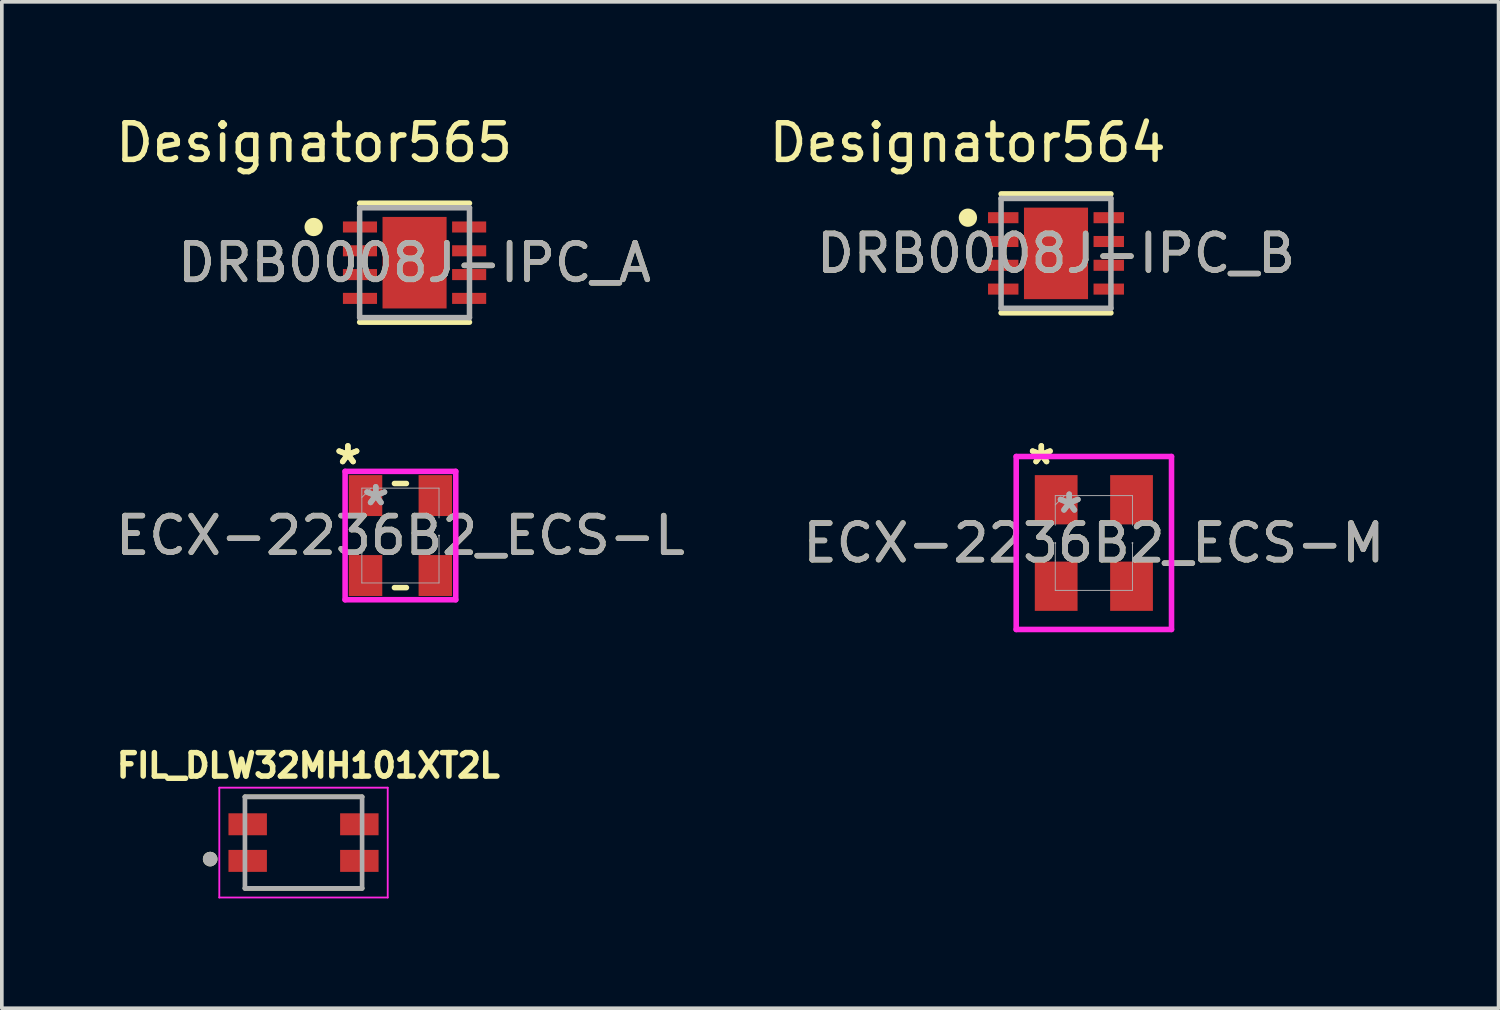
<source format=kicad_pcb>
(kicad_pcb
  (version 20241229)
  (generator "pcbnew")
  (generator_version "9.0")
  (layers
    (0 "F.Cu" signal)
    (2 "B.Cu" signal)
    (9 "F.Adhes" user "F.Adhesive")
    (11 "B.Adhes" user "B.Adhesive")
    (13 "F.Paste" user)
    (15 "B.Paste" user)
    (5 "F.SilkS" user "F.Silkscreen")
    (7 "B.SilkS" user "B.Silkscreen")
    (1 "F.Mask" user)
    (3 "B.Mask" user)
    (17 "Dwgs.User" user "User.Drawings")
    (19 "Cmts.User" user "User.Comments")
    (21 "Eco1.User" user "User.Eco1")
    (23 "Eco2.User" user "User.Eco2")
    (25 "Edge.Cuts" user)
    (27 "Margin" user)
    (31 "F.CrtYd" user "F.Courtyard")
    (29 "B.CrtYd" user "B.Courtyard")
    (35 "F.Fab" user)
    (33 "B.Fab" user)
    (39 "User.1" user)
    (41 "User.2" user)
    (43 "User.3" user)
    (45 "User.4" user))
  (footprint "FIL_DLW32MH101XT2L"
    (layer "F.Cu")
    (at 5.24 19.964)
    (property "Reference" "FIL_DLW32MH101XT2L" (at 0.132 -2.106 0) (layer "F.SilkS") (effects (font (size 0.64 0.64) (thickness 0.15))))
    (attr smd)
    (fp_line (start -1.6 -1.25) (end 1.6 -1.25) (stroke (width 0.127) (type solid)) (layer "F.SilkS"))
    (fp_line (start 1.6 1.25) (end -1.6 1.25) (stroke (width 0.127) (type solid)) (layer "F.SilkS"))
    (fp_circle (center -2.55 0.45) (end -2.45 0.45) (stroke (width 0.2) (type solid)) (fill no) (layer "F.SilkS"))
    (fp_line (start -2.3 -1.5) (end 2.3 -1.5) (stroke (width 0.05) (type solid)) (layer "F.CrtYd"))
    (fp_line (start -2.3 1.5) (end -2.3 -1.5) (stroke (width 0.05) (type solid)) (layer "F.CrtYd"))
    (fp_line (start 2.3 -1.5) (end 2.3 1.5) (stroke (width 0.05) (type solid)) (layer "F.CrtYd"))
    (fp_line (start 2.3 1.5) (end -2.3 1.5) (stroke (width 0.05) (type solid)) (layer "F.CrtYd"))
    (fp_line (start -1.6 -1.25) (end 1.6 -1.25) (stroke (width 0.127) (type solid)) (layer "F.Fab"))
    (fp_line (start -1.6 1.25) (end -1.6 -1.25) (stroke (width 0.127) (type solid)) (layer "F.Fab"))
    (fp_line (start 1.6 -1.25) (end 1.6 1.25) (stroke (width 0.127) (type solid)) (layer "F.Fab"))
    (fp_line (start 1.6 1.25) (end -1.6 1.25) (stroke (width 0.127) (type solid)) (layer "F.Fab"))
    (fp_circle (center -2.55 0.45) (end -2.45 0.45) (stroke (width 0.2) (type solid)) (fill no) (layer "F.Fab"))
    (pad "1" smd rect (at -1.525 0.5) (size 1.05 0.6) (layers "F.Cu" "F.Mask" "F.Paste"))
    (pad "2" smd rect (at 1.525 0.5) (size 1.05 0.6) (layers "F.Cu" "F.Mask" "F.Paste"))
    (pad "3" smd rect (at 1.525 -0.5) (size 1.05 0.6) (layers "F.Cu" "F.Mask" "F.Paste"))
    (pad "4" smd rect (at -1.525 -0.5) (size 1.05 0.6) (layers "F.Cu" "F.Mask" "F.Paste")))
  (footprint "ECX-2236B2_ECS-M"
    (layer "F.Cu")
    (at 26.827 11.781)
    (property "Reference" "ECX-2236B2_ECS-M" (at 0 0 0) (unlocked yes) (layer "F.SilkS") (effects (font (size 1 1) (thickness 0.15))))
    (attr smd)
    (fp_line (start -2.121 -2.362) (end 2.121 -2.362) (stroke (width 0.152) (type solid)) (layer "F.CrtYd"))
    (fp_line (start -2.121 2.362) (end -2.121 -2.362) (stroke (width 0.152) (type solid)) (layer "F.CrtYd"))
    (fp_line (start 2.121 -2.362) (end 2.121 2.362) (stroke (width 0.152) (type solid)) (layer "F.CrtYd"))
    (fp_line (start 2.121 2.362) (end -2.121 2.362) (stroke (width 0.152) (type solid)) (layer "F.CrtYd"))
    (fp_line (start -1.054 -1.295) (end 1.054 -1.295) (stroke (width 0.025) (type solid)) (layer "F.Fab"))
    (fp_line (start -1.054 -0.483) (end -1.054 -1.295) (stroke (width 0.025) (type solid)) (layer "F.Fab"))
    (fp_line (start -1.054 0) (end -1.054 0.483) (stroke (width 0.025) (type solid)) (layer "F.Fab"))
    (fp_line (start -1.054 0.483) (end -1.054 1.295) (stroke (width 0.025) (type solid)) (layer "F.Fab"))
    (fp_line (start -1.054 1.295) (end 1.054 1.295) (stroke (width 0.025) (type solid)) (layer "F.Fab"))
    (fp_line (start -0.8 -1.295) (end -1.054 -1.041) (stroke (width 0.025) (type solid)) (layer "F.Fab"))
    (fp_line (start 1.054 -0.483) (end 1.054 -1.295) (stroke (width 0.025) (type solid)) (layer "F.Fab"))
    (fp_line (start 1.054 0) (end 1.054 0.483) (stroke (width 0.025) (type solid)) (layer "F.Fab"))
    (fp_line (start 1.054 0.483) (end 1.054 1.295) (stroke (width 0.025) (type solid)) (layer "F.Fab"))
    (fp_arc (start -1.0541 0) (mid -1.0541 0) (end -1.0541 0) (stroke (width 0.0254) (type solid)) (layer "F.Fab"))
    (fp_arc (start 1.0541 0) (mid 1.0541 0) (end 1.0541 0) (stroke (width 0.0254) (type solid)) (layer "F.Fab"))
    (fp_text user "*" (at -1.435 -2.108 0) (layer "F.SilkS") (effects (font (size 1 1) (thickness 0.15))))
    (fp_text user "*" (at -1.435 -2.108 0) (unlocked yes) (layer "F.SilkS") (effects (font (size 1 1) (thickness 0.15))))
    (fp_text user "${REFERENCE}" (at 0 0 0) (unlocked yes) (layer "F.Fab") (effects (font (size 1 1) (thickness 0.15))))
    (fp_text user "*" (at -0.673 -0.787 0) (unlocked yes) (layer "F.Fab") (effects (font (size 1 1) (thickness 0.15))))
    (fp_text user "*" (at -0.673 -0.787 0) (layer "F.Fab") (effects (font (size 1 1) (thickness 0.15))))
    (pad "1" smd rect (at -1.029 -1.181) (size 1.168 1.346) (layers "F.Cu" "F.Mask" "F.Paste"))
    (pad "2" smd rect (at -1.029 1.181) (size 1.168 1.346) (layers "F.Cu" "F.Mask" "F.Paste"))
    (pad "3" smd rect (at 1.029 1.181) (size 1.168 1.346) (layers "F.Cu" "F.Mask" "F.Paste"))
    (pad "4" smd rect (at 1.029 -1.181) (size 1.168 1.346) (layers "F.Cu" "F.Mask" "F.Paste")))
  (footprint "DRB0008J-IPC_A"
    (layer "F.Cu")
    (at 8.273 4.125)
    (property "Reference" "DRB0008J-IPC_A" (at 0 0 0) (unlocked yes) (layer "F.SilkS") (effects (font (size 1 1) (thickness 0.15))))
    (attr smd)
    (fp_line (start -1.5 -1.625) (end 1.5 -1.625) (stroke (width 0.15) (type solid)) (layer "F.SilkS"))
    (fp_line (start -1.5 1.625) (end 1.5 1.625) (stroke (width 0.15) (type solid)) (layer "F.SilkS"))
    (fp_circle (center -2.756 -0.975) (end -2.631 -0.975) (stroke (width 0.25) (type solid)) (fill no) (layer "F.SilkS"))
    (fp_poly (pts (xy -0.5 0.875) (xy 0.5 0.875) (xy 0.5 -0.875) (xy -0.5 -0.875)) (stroke (width 0) (type solid)) (fill yes) (layer "F.Paste"))
    (fp_line (start -1.5 -1.5) (end 1.5 -1.5) (stroke (width 0.15) (type solid)) (layer "F.Fab"))
    (fp_line (start -1.5 1.5) (end -1.5 -1.5) (stroke (width 0.15) (type solid)) (layer "F.Fab"))
    (fp_line (start -1.5 1.5) (end 1.5 1.5) (stroke (width 0.15) (type solid)) (layer "F.Fab"))
    (fp_line (start 1.5 1.5) (end 1.5 -1.5) (stroke (width 0.15) (type solid)) (layer "F.Fab"))
    (fp_text user "Designator565" (at -2.743 -3.277 0) (unlocked yes) (layer "F.SilkS") (effects (font (size 1 1) (thickness 0.15))))
    (fp_text user "${REFERENCE}" (at 0 0 0) (unlocked yes) (layer "F.Fab") (effects (font (size 1 1) (thickness 0.15))))
    (pad "1" smd rect (at -1.491 -0.975) (size 0.931 0.302) (layers "F.Cu" "F.Mask" "F.Paste"))
    (pad "2" smd rect (at -1.491 -0.325) (size 0.931 0.302) (layers "F.Cu" "F.Mask" "F.Paste"))
    (pad "3" smd rect (at -1.491 0.325) (size 0.931 0.302) (layers "F.Cu" "F.Mask" "F.Paste"))
    (pad "4" smd rect (at -1.491 0.975) (size 0.931 0.302) (layers "F.Cu" "F.Mask" "F.Paste"))
    (pad "5" smd rect (at 1.491 0.975) (size 0.931 0.302) (layers "F.Cu" "F.Mask" "F.Paste"))
    (pad "6" smd rect (at 1.491 0.325) (size 0.931 0.302) (layers "F.Cu" "F.Mask" "F.Paste"))
    (pad "7" smd rect (at 1.491 -0.325) (size 0.931 0.302) (layers "F.Cu" "F.Mask" "F.Paste"))
    (pad "8" smd rect (at 1.491 -0.975) (size 0.931 0.302) (layers "F.Cu" "F.Mask" "F.Paste"))
    (pad "9" smd rect (at 0 0) (size 1.75 2.5) (layers "F.Cu" "F.Mask")))
  (footprint "DRB0008J-IPC_B"
    (layer "F.Cu")
    (at 25.793 3.871)
    (property "Reference" "DRB0008J-IPC_B" (at 0 0 0) (unlocked yes) (layer "F.SilkS") (effects (font (size 1 1) (thickness 0.15))))
    (attr smd)
    (fp_line (start -1.5 -1.625) (end 1.5 -1.625) (stroke (width 0.15) (type solid)) (layer "F.SilkS"))
    (fp_line (start -1.5 1.625) (end 1.5 1.625) (stroke (width 0.15) (type solid)) (layer "F.SilkS"))
    (fp_circle (center -2.406 -0.975) (end -2.281 -0.975) (stroke (width 0.25) (type solid)) (fill no) (layer "F.SilkS"))
    (fp_poly (pts (xy -0.5 0.875) (xy 0.5 0.875) (xy 0.5 -0.875) (xy -0.5 -0.875)) (stroke (width 0) (type solid)) (fill yes) (layer "F.Paste"))
    (fp_line (start -1.5 -1.5) (end 1.5 -1.5) (stroke (width 0.15) (type solid)) (layer "F.Fab"))
    (fp_line (start -1.5 1.5) (end -1.5 -1.5) (stroke (width 0.15) (type solid)) (layer "F.Fab"))
    (fp_line (start -1.5 1.5) (end 1.5 1.5) (stroke (width 0.15) (type solid)) (layer "F.Fab"))
    (fp_line (start 1.5 1.5) (end 1.5 -1.5) (stroke (width 0.15) (type solid)) (layer "F.Fab"))
    (fp_text user "Designator564" (at -2.413 -3.023 0) (unlocked yes) (layer "F.SilkS") (effects (font (size 1 1) (thickness 0.15))))
    (fp_text user "${REFERENCE}" (at 0 0 0) (unlocked yes) (layer "F.Fab") (effects (font (size 1 1) (thickness 0.15))))
    (pad "1" smd rect (at -1.441 -0.975) (size 0.831 0.302) (layers "F.Cu" "F.Mask" "F.Paste"))
    (pad "2" smd rect (at -1.441 -0.325) (size 0.831 0.302) (layers "F.Cu" "F.Mask" "F.Paste"))
    (pad "3" smd rect (at -1.441 0.325) (size 0.831 0.302) (layers "F.Cu" "F.Mask" "F.Paste"))
    (pad "4" smd rect (at -1.441 0.975) (size 0.831 0.302) (layers "F.Cu" "F.Mask" "F.Paste"))
    (pad "5" smd rect (at 1.441 0.975) (size 0.831 0.302) (layers "F.Cu" "F.Mask" "F.Paste"))
    (pad "6" smd rect (at 1.441 0.325) (size 0.831 0.302) (layers "F.Cu" "F.Mask" "F.Paste"))
    (pad "7" smd rect (at 1.441 -0.325) (size 0.831 0.302) (layers "F.Cu" "F.Mask" "F.Paste"))
    (pad "8" smd rect (at 1.441 -0.975) (size 0.831 0.302) (layers "F.Cu" "F.Mask" "F.Paste"))
    (pad "9" smd rect (at 0 0) (size 1.75 2.5) (layers "F.Cu" "F.Mask")))
  (footprint "ECX-2236B2_ECS-L"
    (layer "F.Cu")
    (at 7.887 11.578)
    (property "Reference" "ECX-2236B2_ECS-L" (at 0 0 0) (unlocked yes) (layer "F.SilkS") (effects (font (size 1 1) (thickness 0.15))))
    (attr smd)
    (fp_line (start -0.163 -1.422) (end 0.163 -1.422) (stroke (width 0.152) (type solid)) (layer "F.SilkS"))
    (fp_line (start -0.163 1.422) (end 0.163 1.422) (stroke (width 0.152) (type solid)) (layer "F.SilkS"))
    (fp_line (start -1.511 -1.753) (end 1.511 -1.753) (stroke (width 0.152) (type solid)) (layer "F.CrtYd"))
    (fp_line (start -1.511 1.753) (end -1.511 -1.753) (stroke (width 0.152) (type solid)) (layer "F.CrtYd"))
    (fp_line (start 1.511 -1.753) (end 1.511 1.753) (stroke (width 0.152) (type solid)) (layer "F.CrtYd"))
    (fp_line (start 1.511 1.753) (end -1.511 1.753) (stroke (width 0.152) (type solid)) (layer "F.CrtYd"))
    (fp_line (start -1.054 -1.295) (end 1.054 -1.295) (stroke (width 0.025) (type solid)) (layer "F.Fab"))
    (fp_line (start -1.054 -0.483) (end -1.054 -1.295) (stroke (width 0.025) (type solid)) (layer "F.Fab"))
    (fp_line (start -1.054 0) (end -1.054 0.483) (stroke (width 0.025) (type solid)) (layer "F.Fab"))
    (fp_line (start -1.054 0.483) (end -1.054 1.295) (stroke (width 0.025) (type solid)) (layer "F.Fab"))
    (fp_line (start -1.054 1.295) (end 1.054 1.295) (stroke (width 0.025) (type solid)) (layer "F.Fab"))
    (fp_line (start -0.8 -1.295) (end -1.054 -1.041) (stroke (width 0.025) (type solid)) (layer "F.Fab"))
    (fp_line (start 1.054 -0.483) (end 1.054 -1.295) (stroke (width 0.025) (type solid)) (layer "F.Fab"))
    (fp_line (start 1.054 0) (end 1.054 0.483) (stroke (width 0.025) (type solid)) (layer "F.Fab"))
    (fp_line (start 1.054 0.483) (end 1.054 1.295) (stroke (width 0.025) (type solid)) (layer "F.Fab"))
    (fp_arc (start -1.0541 0) (mid -1.0541 0) (end -1.0541 0) (stroke (width 0.0254) (type solid)) (layer "F.Fab"))
    (fp_arc (start 1.0541 0) (mid 1.0541 0) (end 1.0541 0) (stroke (width 0.0254) (type solid)) (layer "F.Fab"))
    (fp_text user "*" (at -1.435 -1.905 0) (layer "F.SilkS") (effects (font (size 1 1) (thickness 0.15))))
    (fp_text user "*" (at -1.435 -1.905 0) (unlocked yes) (layer "F.SilkS") (effects (font (size 1 1) (thickness 0.15))))
    (fp_text user "*" (at -0.673 -0.787 0) (unlocked yes) (layer "F.Fab") (effects (font (size 1 1) (thickness 0.15))))
    (fp_text user "*" (at -0.673 -0.787 0) (layer "F.Fab") (effects (font (size 1 1) (thickness 0.15))))
    (fp_text user "${REFERENCE}" (at 0 0 0) (unlocked yes) (layer "F.Fab") (effects (font (size 1 1) (thickness 0.15))))
    (pad "1" smd rect (at -0.953 -1.092) (size 0.914 1.118) (layers "F.Cu" "F.Mask" "F.Paste"))
    (pad "2" smd rect (at -0.953 1.092) (size 0.914 1.118) (layers "F.Cu" "F.Mask" "F.Paste"))
    (pad "3" smd rect (at 0.953 1.092) (size 0.914 1.118) (layers "F.Cu" "F.Mask" "F.Paste"))
    (pad "4" smd rect (at 0.953 -1.092) (size 0.914 1.118) (layers "F.Cu" "F.Mask" "F.Paste")))
  (gr_rect
    (start -3 -3)
    (end 37.881 24.489)
    (stroke (width 0.1) (type default))
    (fill no)
    (layer "Edge.Cuts")))
</source>
